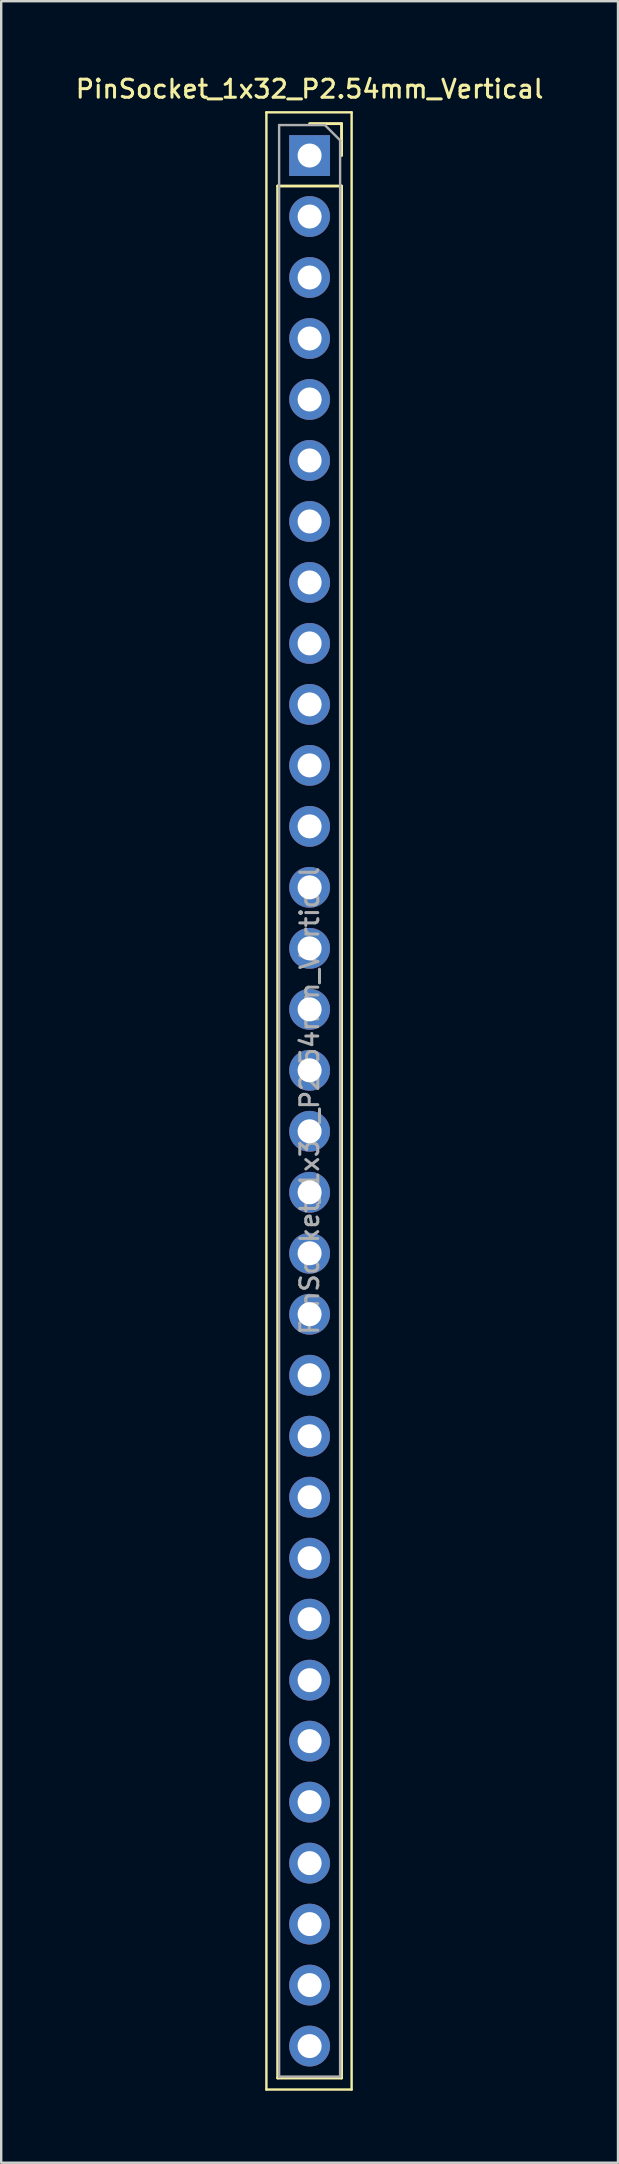
<source format=kicad_pcb>
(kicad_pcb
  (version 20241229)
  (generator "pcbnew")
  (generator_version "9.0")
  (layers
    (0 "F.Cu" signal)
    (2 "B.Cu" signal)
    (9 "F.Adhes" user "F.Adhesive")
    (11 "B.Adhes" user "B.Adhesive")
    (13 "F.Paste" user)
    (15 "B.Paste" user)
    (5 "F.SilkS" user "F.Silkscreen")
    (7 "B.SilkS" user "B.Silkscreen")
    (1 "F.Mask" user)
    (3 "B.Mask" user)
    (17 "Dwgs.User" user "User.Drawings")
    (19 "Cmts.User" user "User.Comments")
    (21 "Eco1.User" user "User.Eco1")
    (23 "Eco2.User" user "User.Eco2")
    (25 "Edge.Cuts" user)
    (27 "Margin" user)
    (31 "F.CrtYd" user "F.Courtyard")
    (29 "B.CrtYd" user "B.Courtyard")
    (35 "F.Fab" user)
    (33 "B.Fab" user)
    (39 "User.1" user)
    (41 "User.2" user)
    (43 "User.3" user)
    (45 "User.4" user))
  (footprint "PinSocket_1x32_P2.54mm_Vertical"
    (layer "F.Cu")
    (at 9.845 3.428)
    (property "Reference" "PinSocket_1x32_P2.54mm_Vertical" (at 0 -2.77 0) (layer "F.SilkS") (effects (font (size 0.75 0.75) (thickness 0.125))))
    (attr through_hole)
    (fp_line (start -1.8 -1.8) (end 1.75 -1.8) (stroke (width 0.1) (type solid)) (layer "F.SilkS"))
    (fp_line (start -1.8 80.55) (end -1.8 -1.8) (stroke (width 0.1) (type solid)) (layer "F.SilkS"))
    (fp_line (start -1.33 1.27) (end -1.33 80.07) (stroke (width 0.12) (type solid)) (layer "F.SilkS"))
    (fp_line (start -1.33 1.27) (end 1.33 1.27) (stroke (width 0.12) (type solid)) (layer "F.SilkS"))
    (fp_line (start -1.33 80.07) (end 1.33 80.07) (stroke (width 0.12) (type solid)) (layer "F.SilkS"))
    (fp_line (start 0 -1.33) (end 1.33 -1.33) (stroke (width 0.12) (type solid)) (layer "F.SilkS"))
    (fp_line (start 1.33 -1.33) (end 1.33 0) (stroke (width 0.12) (type solid)) (layer "F.SilkS"))
    (fp_line (start 1.33 1.27) (end 1.33 80.07) (stroke (width 0.12) (type solid)) (layer "F.SilkS"))
    (fp_line (start 1.75 -1.8) (end 1.75 80.55) (stroke (width 0.1) (type solid)) (layer "F.SilkS"))
    (fp_line (start 1.75 80.55) (end -1.8 80.55) (stroke (width 0.1) (type solid)) (layer "F.SilkS"))
    (fp_line (start -1.27 -1.27) (end 0.635 -1.27) (stroke (width 0.1) (type solid)) (layer "F.Fab"))
    (fp_line (start -1.27 80.01) (end -1.27 -1.27) (stroke (width 0.1) (type solid)) (layer "F.Fab"))
    (fp_line (start 0.635 -1.27) (end 1.27 -0.635) (stroke (width 0.1) (type solid)) (layer "F.Fab"))
    (fp_line (start 1.27 -0.635) (end 1.27 80.01) (stroke (width 0.1) (type solid)) (layer "F.Fab"))
    (fp_line (start 1.27 80.01) (end -1.27 80.01) (stroke (width 0.1) (type solid)) (layer "F.Fab"))
    (fp_text user "${REFERENCE}" (at 0 39.37 90) (layer "F.Fab") (effects (font (size 0.75 0.75) (thickness 0.125))))
    (pad "1" thru_hole rect (at 0 0) (size 1.7 1.7) (drill 1) (layers "*.Cu" "*.Mask"))
    (pad "2" thru_hole oval (at 0 2.54) (size 1.7 1.7) (drill 1) (layers "*.Cu" "*.Mask"))
    (pad "3" thru_hole oval (at 0 5.08) (size 1.7 1.7) (drill 1) (layers "*.Cu" "*.Mask"))
    (pad "4" thru_hole oval (at 0 7.62) (size 1.7 1.7) (drill 1) (layers "*.Cu" "*.Mask"))
    (pad "5" thru_hole oval (at 0 10.16) (size 1.7 1.7) (drill 1) (layers "*.Cu" "*.Mask"))
    (pad "6" thru_hole oval (at 0 12.7) (size 1.7 1.7) (drill 1) (layers "*.Cu" "*.Mask"))
    (pad "7" thru_hole oval (at 0 15.24) (size 1.7 1.7) (drill 1) (layers "*.Cu" "*.Mask"))
    (pad "8" thru_hole oval (at 0 17.78) (size 1.7 1.7) (drill 1) (layers "*.Cu" "*.Mask"))
    (pad "9" thru_hole oval (at 0 20.32) (size 1.7 1.7) (drill 1) (layers "*.Cu" "*.Mask"))
    (pad "10" thru_hole oval (at 0 22.86) (size 1.7 1.7) (drill 1) (layers "*.Cu" "*.Mask"))
    (pad "11" thru_hole oval (at 0 25.4) (size 1.7 1.7) (drill 1) (layers "*.Cu" "*.Mask"))
    (pad "12" thru_hole oval (at 0 27.94) (size 1.7 1.7) (drill 1) (layers "*.Cu" "*.Mask"))
    (pad "13" thru_hole oval (at 0 30.48) (size 1.7 1.7) (drill 1) (layers "*.Cu" "*.Mask"))
    (pad "14" thru_hole oval (at 0 33.02) (size 1.7 1.7) (drill 1) (layers "*.Cu" "*.Mask"))
    (pad "15" thru_hole oval (at 0 35.56) (size 1.7 1.7) (drill 1) (layers "*.Cu" "*.Mask"))
    (pad "16" thru_hole oval (at 0 38.1) (size 1.7 1.7) (drill 1) (layers "*.Cu" "*.Mask"))
    (pad "17" thru_hole oval (at 0 40.64) (size 1.7 1.7) (drill 1) (layers "*.Cu" "*.Mask"))
    (pad "18" thru_hole oval (at 0 43.18) (size 1.7 1.7) (drill 1) (layers "*.Cu" "*.Mask"))
    (pad "19" thru_hole oval (at 0 45.72) (size 1.7 1.7) (drill 1) (layers "*.Cu" "*.Mask"))
    (pad "20" thru_hole oval (at 0 48.26) (size 1.7 1.7) (drill 1) (layers "*.Cu" "*.Mask"))
    (pad "21" thru_hole oval (at 0 50.8) (size 1.7 1.7) (drill 1) (layers "*.Cu" "*.Mask"))
    (pad "22" thru_hole oval (at 0 53.34) (size 1.7 1.7) (drill 1) (layers "*.Cu" "*.Mask"))
    (pad "23" thru_hole oval (at 0 55.88) (size 1.7 1.7) (drill 1) (layers "*.Cu" "*.Mask"))
    (pad "24" thru_hole oval (at 0 58.42) (size 1.7 1.7) (drill 1) (layers "*.Cu" "*.Mask"))
    (pad "25" thru_hole oval (at 0 60.96) (size 1.7 1.7) (drill 1) (layers "*.Cu" "*.Mask"))
    (pad "26" thru_hole oval (at 0 63.5) (size 1.7 1.7) (drill 1) (layers "*.Cu" "*.Mask"))
    (pad "27" thru_hole oval (at 0 66.04) (size 1.7 1.7) (drill 1) (layers "*.Cu" "*.Mask"))
    (pad "28" thru_hole oval (at 0 68.58) (size 1.7 1.7) (drill 1) (layers "*.Cu" "*.Mask"))
    (pad "29" thru_hole oval (at 0 71.12) (size 1.7 1.7) (drill 1) (layers "*.Cu" "*.Mask"))
    (pad "30" thru_hole oval (at 0 73.66) (size 1.7 1.7) (drill 1) (layers "*.Cu" "*.Mask"))
    (pad "31" thru_hole oval (at 0 76.2) (size 1.7 1.7) (drill 1) (layers "*.Cu" "*.Mask"))
    (pad "32" thru_hole oval (at 0 78.74) (size 1.7 1.7) (drill 1) (layers "*.Cu" "*.Mask")))
  (gr_rect
    (start -3 -3)
    (end 22.689 87.028)
    (stroke (width 0.1) (type default))
    (fill no)
    (layer "Edge.Cuts")))
</source>
